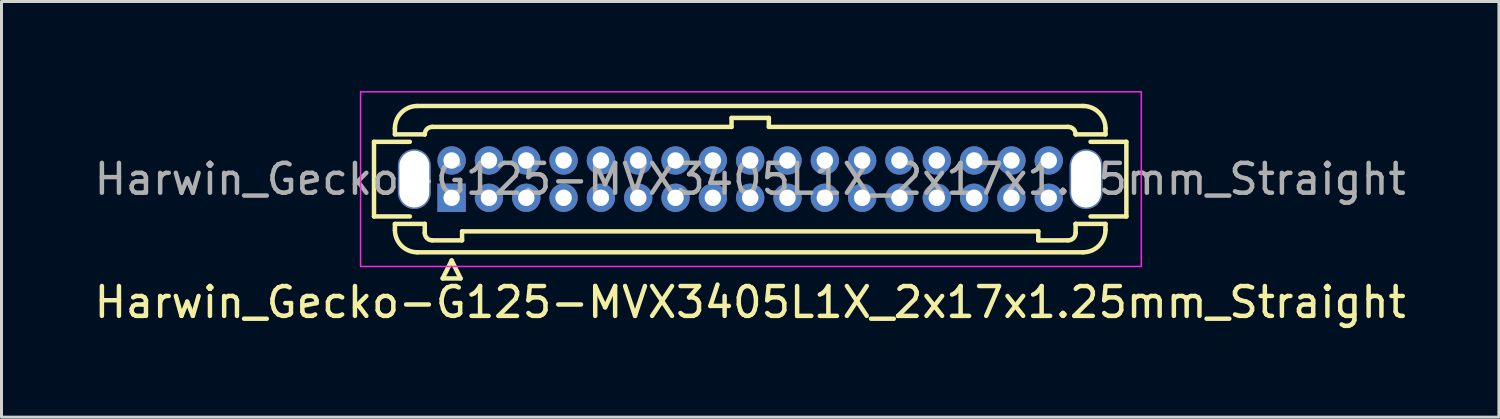
<source format=kicad_pcb>
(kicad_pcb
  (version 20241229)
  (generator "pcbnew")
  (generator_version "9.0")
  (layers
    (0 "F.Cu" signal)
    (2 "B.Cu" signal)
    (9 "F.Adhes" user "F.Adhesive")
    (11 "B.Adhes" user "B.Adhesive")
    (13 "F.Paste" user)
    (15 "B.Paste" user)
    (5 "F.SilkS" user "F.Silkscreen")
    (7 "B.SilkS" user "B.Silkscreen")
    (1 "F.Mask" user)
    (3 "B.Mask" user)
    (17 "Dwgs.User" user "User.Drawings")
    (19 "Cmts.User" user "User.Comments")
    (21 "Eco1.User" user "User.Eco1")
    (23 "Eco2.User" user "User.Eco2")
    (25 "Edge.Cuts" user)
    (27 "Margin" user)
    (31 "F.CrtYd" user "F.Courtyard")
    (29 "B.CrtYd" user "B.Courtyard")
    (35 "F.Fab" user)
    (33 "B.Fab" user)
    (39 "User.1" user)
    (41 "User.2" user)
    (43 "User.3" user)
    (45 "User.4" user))
  (footprint "Harwin_Gecko-G125-MVX3405L1X_2x17x1.25mm_Straight"
    (layer "F.Cu")
    (at 12.077 3.575)
    (property "Reference" "Harwin_Gecko-G125-MVX3405L1X_2x17x1.25mm_Straight" (at 10 3.5 0) (layer "F.SilkS") (effects (font (size 1 1) (thickness 0.15))))
    (attr through_hole)
    (fp_line (start -2.6 -1.875) (end -2.6 0.625) (stroke (width 0.15) (type solid)) (layer "F.SilkS"))
    (fp_line (start -2.6 0.625) (end -1.4 0.625) (stroke (width 0.15) (type solid)) (layer "F.SilkS"))
    (fp_line (start -1.9 -2.325) (end -1.9 -2.125) (stroke (width 0.15) (type solid)) (layer "F.SilkS"))
    (fp_line (start -1.9 -2.125) (end -0.9 -2.125) (stroke (width 0.15) (type solid)) (layer "F.SilkS"))
    (fp_line (start -1.9 0.875) (end -0.9 0.875) (stroke (width 0.15) (type solid)) (layer "F.SilkS"))
    (fp_line (start -1.9 1.075) (end -1.9 0.875) (stroke (width 0.15) (type solid)) (layer "F.SilkS"))
    (fp_line (start -1.4 -1.875) (end -2.6 -1.875) (stroke (width 0.15) (type solid)) (layer "F.SilkS"))
    (fp_line (start -1.15 -3.075) (end 21.15 -3.075) (stroke (width 0.15) (type solid)) (layer "F.SilkS"))
    (fp_line (start -1.15 1.825) (end 21.15 1.825) (stroke (width 0.15) (type solid)) (layer "F.SilkS"))
    (fp_line (start -0.9 -2.125) (end -0.9 -2.125) (stroke (width 0.15) (type solid)) (layer "F.SilkS"))
    (fp_line (start -0.9 0.875) (end -0.9 0.875) (stroke (width 0.15) (type solid)) (layer "F.SilkS"))
    (fp_line (start -0.9 1.175) (end -0.9 0.875) (stroke (width 0.15) (type solid)) (layer "F.SilkS"))
    (fp_line (start -0.65 -2.375) (end 9.375 -2.375) (stroke (width 0.15) (type solid)) (layer "F.SilkS"))
    (fp_line (start -0.65 1.425) (end 0.35 1.425) (stroke (width 0.15) (type solid)) (layer "F.SilkS"))
    (fp_line (start -0.3 2.7) (end 0.3 2.7) (stroke (width 0.15) (type solid)) (layer "F.SilkS"))
    (fp_line (start 0 2.1) (end -0.3 2.7) (stroke (width 0.15) (type solid)) (layer "F.SilkS"))
    (fp_line (start 0.3 2.7) (end 0 2.1) (stroke (width 0.15) (type solid)) (layer "F.SilkS"))
    (fp_line (start 0.35 1.125) (end 19.65 1.125) (stroke (width 0.15) (type solid)) (layer "F.SilkS"))
    (fp_line (start 0.35 1.425) (end 0.35 1.125) (stroke (width 0.15) (type solid)) (layer "F.SilkS"))
    (fp_line (start 9.375 -2.675) (end 10.625 -2.675) (stroke (width 0.15) (type solid)) (layer "F.SilkS"))
    (fp_line (start 9.375 -2.375) (end 9.375 -2.675) (stroke (width 0.15) (type solid)) (layer "F.SilkS"))
    (fp_line (start 10.625 -2.675) (end 10.625 -2.375) (stroke (width 0.15) (type solid)) (layer "F.SilkS"))
    (fp_line (start 10.625 -2.375) (end 20.65 -2.375) (stroke (width 0.15) (type solid)) (layer "F.SilkS"))
    (fp_line (start 19.65 1.125) (end 19.65 1.425) (stroke (width 0.15) (type solid)) (layer "F.SilkS"))
    (fp_line (start 19.65 1.425) (end 20.65 1.425) (stroke (width 0.15) (type solid)) (layer "F.SilkS"))
    (fp_line (start 20.9 -2.125) (end 20.9 -2.125) (stroke (width 0.15) (type solid)) (layer "F.SilkS"))
    (fp_line (start 20.9 0.875) (end 20.9 0.875) (stroke (width 0.15) (type solid)) (layer "F.SilkS"))
    (fp_line (start 20.9 1.175) (end 20.9 0.875) (stroke (width 0.15) (type solid)) (layer "F.SilkS"))
    (fp_line (start 21.4 -1.875) (end 22.6 -1.875) (stroke (width 0.15) (type solid)) (layer "F.SilkS"))
    (fp_line (start 21.9 -2.325) (end 21.9 -2.125) (stroke (width 0.15) (type solid)) (layer "F.SilkS"))
    (fp_line (start 21.9 -2.125) (end 20.9 -2.125) (stroke (width 0.15) (type solid)) (layer "F.SilkS"))
    (fp_line (start 21.9 0.875) (end 20.9 0.875) (stroke (width 0.15) (type solid)) (layer "F.SilkS"))
    (fp_line (start 21.9 1.075) (end 21.9 0.875) (stroke (width 0.15) (type solid)) (layer "F.SilkS"))
    (fp_line (start 22.6 -1.875) (end 22.6 0.625) (stroke (width 0.15) (type solid)) (layer "F.SilkS"))
    (fp_line (start 22.6 0.625) (end 21.4 0.625) (stroke (width 0.15) (type solid)) (layer "F.SilkS"))
    (fp_arc (start -1.9 -2.325) (mid -1.68033 -2.85533) (end -1.15 -3.075) (stroke (width 0.15) (type solid)) (layer "F.SilkS"))
    (fp_arc (start -1.15 1.825) (mid -1.68033 1.60533) (end -1.9 1.075) (stroke (width 0.15) (type solid)) (layer "F.SilkS"))
    (fp_arc (start -0.9 -2.125) (mid -0.826777 -2.301777) (end -0.65 -2.375) (stroke (width 0.15) (type solid)) (layer "F.SilkS"))
    (fp_arc (start -0.65 1.425) (mid -0.826777 1.351777) (end -0.9 1.175) (stroke (width 0.15) (type solid)) (layer "F.SilkS"))
    (fp_arc (start 20.65 -2.375) (mid 20.826777 -2.301777) (end 20.9 -2.125) (stroke (width 0.15) (type solid)) (layer "F.SilkS"))
    (fp_arc (start 20.9 1.175) (mid 20.826777 1.351777) (end 20.65 1.425) (stroke (width 0.15) (type solid)) (layer "F.SilkS"))
    (fp_arc (start 21.15 -3.075) (mid 21.68033 -2.85533) (end 21.9 -2.325) (stroke (width 0.15) (type solid)) (layer "F.SilkS"))
    (fp_arc (start 21.9 1.075) (mid 21.68033 1.60533) (end 21.15 1.825) (stroke (width 0.15) (type solid)) (layer "F.SilkS"))
    (fp_line (start -3.05 -3.55) (end -3.05 2.3) (stroke (width 0.05) (type solid)) (layer "F.CrtYd"))
    (fp_line (start -3.05 2.3) (end 23.1 2.3) (stroke (width 0.05) (type solid)) (layer "F.CrtYd"))
    (fp_line (start 23.1 -3.55) (end -3.05 -3.55) (stroke (width 0.05) (type solid)) (layer "F.CrtYd"))
    (fp_line (start 23.1 2.3) (end 23.1 -3.55) (stroke (width 0.05) (type solid)) (layer "F.CrtYd"))
    (fp_text user "${REFERENCE}" (at 10 -0.625 0) (layer "F.Fab") (effects (font (size 1 1) (thickness 0.15))))
    (pad "" np_thru_hole oval (at -1.25 -0.625) (size 1.1 2) (drill oval 1 1.9) (layers "*.Cu" "*.Mask"))
    (pad "" np_thru_hole oval (at 21.25 -0.625) (size 1.1 2) (drill oval 1 1.9) (layers "*.Cu" "*.Mask"))
    (pad "1" thru_hole rect (at 0 0) (size 0.95 0.95) (drill 0.55) (layers "*.Cu" "*.Mask"))
    (pad "2" thru_hole circle (at 1.25 0) (size 0.95 0.95) (drill 0.55) (layers "*.Cu" "*.Mask"))
    (pad "3" thru_hole circle (at 2.5 0) (size 0.95 0.95) (drill 0.55) (layers "*.Cu" "*.Mask"))
    (pad "4" thru_hole circle (at 3.75 0) (size 0.95 0.95) (drill 0.55) (layers "*.Cu" "*.Mask"))
    (pad "5" thru_hole circle (at 5 0) (size 0.95 0.95) (drill 0.55) (layers "*.Cu" "*.Mask"))
    (pad "6" thru_hole circle (at 6.25 0) (size 0.95 0.95) (drill 0.55) (layers "*.Cu" "*.Mask"))
    (pad "7" thru_hole circle (at 7.5 0) (size 0.95 0.95) (drill 0.55) (layers "*.Cu" "*.Mask"))
    (pad "8" thru_hole circle (at 8.75 0) (size 0.95 0.95) (drill 0.55) (layers "*.Cu" "*.Mask"))
    (pad "9" thru_hole circle (at 10 0) (size 0.95 0.95) (drill 0.55) (layers "*.Cu" "*.Mask"))
    (pad "10" thru_hole circle (at 11.25 0) (size 0.95 0.95) (drill 0.55) (layers "*.Cu" "*.Mask"))
    (pad "11" thru_hole circle (at 12.5 0) (size 0.95 0.95) (drill 0.55) (layers "*.Cu" "*.Mask"))
    (pad "11" thru_hole circle (at 16.25 0) (size 0.95 0.95) (drill 0.55) (layers "*.Cu" "*.Mask"))
    (pad "12" thru_hole circle (at 13.75 0) (size 0.95 0.95) (drill 0.55) (layers "*.Cu" "*.Mask"))
    (pad "13" thru_hole circle (at 15 0) (size 0.95 0.95) (drill 0.55) (layers "*.Cu" "*.Mask"))
    (pad "15" thru_hole circle (at 17.5 0) (size 0.95 0.95) (drill 0.55) (layers "*.Cu" "*.Mask"))
    (pad "16" thru_hole circle (at 18.75 0) (size 0.95 0.95) (drill 0.55) (layers "*.Cu" "*.Mask"))
    (pad "17" thru_hole circle (at 20 0) (size 0.95 0.95) (drill 0.55) (layers "*.Cu" "*.Mask"))
    (pad "18" thru_hole circle (at 0 -1.25) (size 0.95 0.95) (drill 0.55) (layers "*.Cu" "*.Mask"))
    (pad "19" thru_hole circle (at 1.25 -1.25) (size 0.95 0.95) (drill 0.55) (layers "*.Cu" "*.Mask"))
    (pad "20" thru_hole circle (at 2.5 -1.25) (size 0.95 0.95) (drill 0.55) (layers "*.Cu" "*.Mask"))
    (pad "21" thru_hole circle (at 3.75 -1.25) (size 0.95 0.95) (drill 0.55) (layers "*.Cu" "*.Mask"))
    (pad "22" thru_hole circle (at 5 -1.25) (size 0.95 0.95) (drill 0.55) (layers "*.Cu" "*.Mask"))
    (pad "23" thru_hole circle (at 6.25 -1.25) (size 0.95 0.95) (drill 0.55) (layers "*.Cu" "*.Mask"))
    (pad "24" thru_hole circle (at 7.5 -1.25) (size 0.95 0.95) (drill 0.55) (layers "*.Cu" "*.Mask"))
    (pad "25" thru_hole circle (at 8.75 -1.25) (size 0.95 0.95) (drill 0.55) (layers "*.Cu" "*.Mask"))
    (pad "26" thru_hole circle (at 10 -1.25) (size 0.95 0.95) (drill 0.55) (layers "*.Cu" "*.Mask"))
    (pad "27" thru_hole circle (at 11.25 -1.25) (size 0.95 0.95) (drill 0.55) (layers "*.Cu" "*.Mask"))
    (pad "28" thru_hole circle (at 12.5 -1.25) (size 0.95 0.95) (drill 0.55) (layers "*.Cu" "*.Mask"))
    (pad "29" thru_hole circle (at 13.75 -1.25) (size 0.95 0.95) (drill 0.55) (layers "*.Cu" "*.Mask"))
    (pad "30" thru_hole circle (at 15 -1.25) (size 0.95 0.95) (drill 0.55) (layers "*.Cu" "*.Mask"))
    (pad "31" thru_hole circle (at 16.25 -1.25) (size 0.95 0.95) (drill 0.55) (layers "*.Cu" "*.Mask"))
    (pad "32" thru_hole circle (at 17.5 -1.25) (size 0.95 0.95) (drill 0.55) (layers "*.Cu" "*.Mask"))
    (pad "33" thru_hole circle (at 18.75 -1.25) (size 0.95 0.95) (drill 0.55) (layers "*.Cu" "*.Mask"))
    (pad "34" thru_hole circle (at 20 -1.25) (size 0.95 0.95) (drill 0.55) (layers "*.Cu" "*.Mask")))
  (gr_rect
    (start -3 -3)
    (end 47.155 10.923)
    (stroke (width 0.1) (type default))
    (fill no)
    (layer "Edge.Cuts")))
</source>
